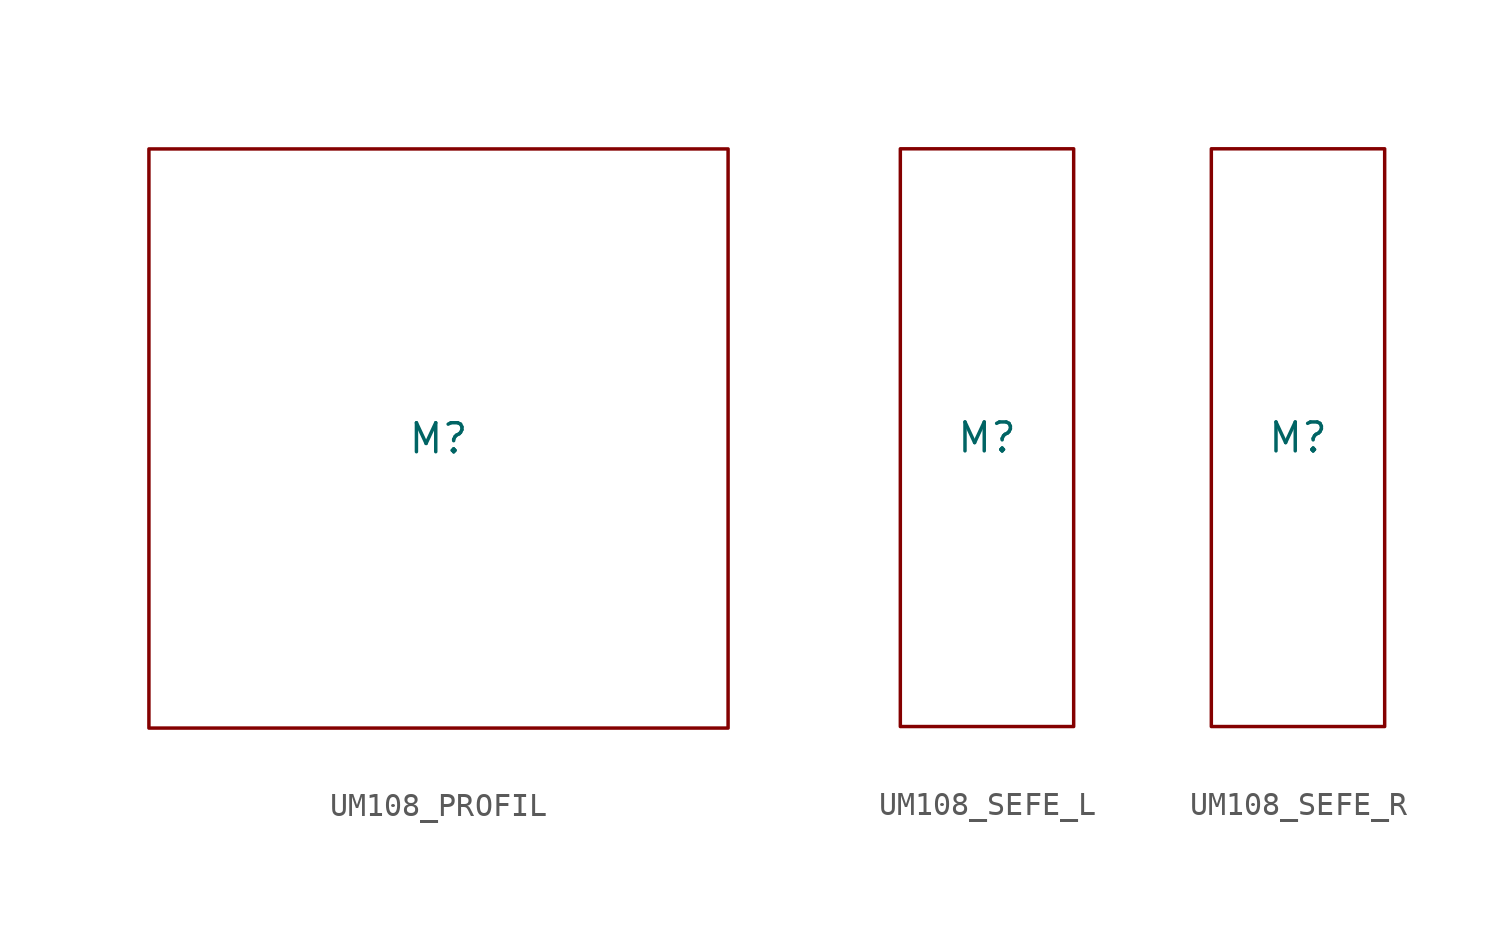
<source format=kicad_sym>
(kicad_symbol_lib
  (version 20231120)
  (generator "kicad_symbol_editor")
  (generator_version "8.0")
  (symbol "UM108_PROFIL"
    (property "Reference" "M"
      (at 0 0 0)
      (effects (font (size 1.27 1.27))))
    (property "Value" ""
      (at 0 0 0)
      (effects (font (size 1.27 1.27))))
    (symbol "UM108_PROFIL_1_1"
      (rectangle (start -12.7 12.7) (end 12.7 -12.7) (stroke (width 0) (type default)) (fill (type none)))))
  (symbol "UM108_SEFE_L"
    (property "Reference" "M"
      (at 0 0 0)
      (effects (font (size 1.27 1.27))))
    (property "Value" ""
      (at 0 0 0)
      (effects (font (size 1.27 1.27))))
    (symbol "UM108_SEFE_L_0_1"
      (rectangle (start -3.81 12.7) (end 3.81 -12.7) (stroke (width 0) (type default)) (fill (type none)))))
  (symbol "UM108_SEFE_R"
    (property "Reference" "M"
      (at 0 0 0)
      (effects (font (size 1.27 1.27))))
    (property "Value" ""
      (at 0 0 0)
      (effects (font (size 1.27 1.27))))
    (symbol "UM108_SEFE_R_0_1"
      (rectangle (start -3.81 12.7) (end 3.81 -12.7) (stroke (width 0) (type default)) (fill (type none))))))
</source>
